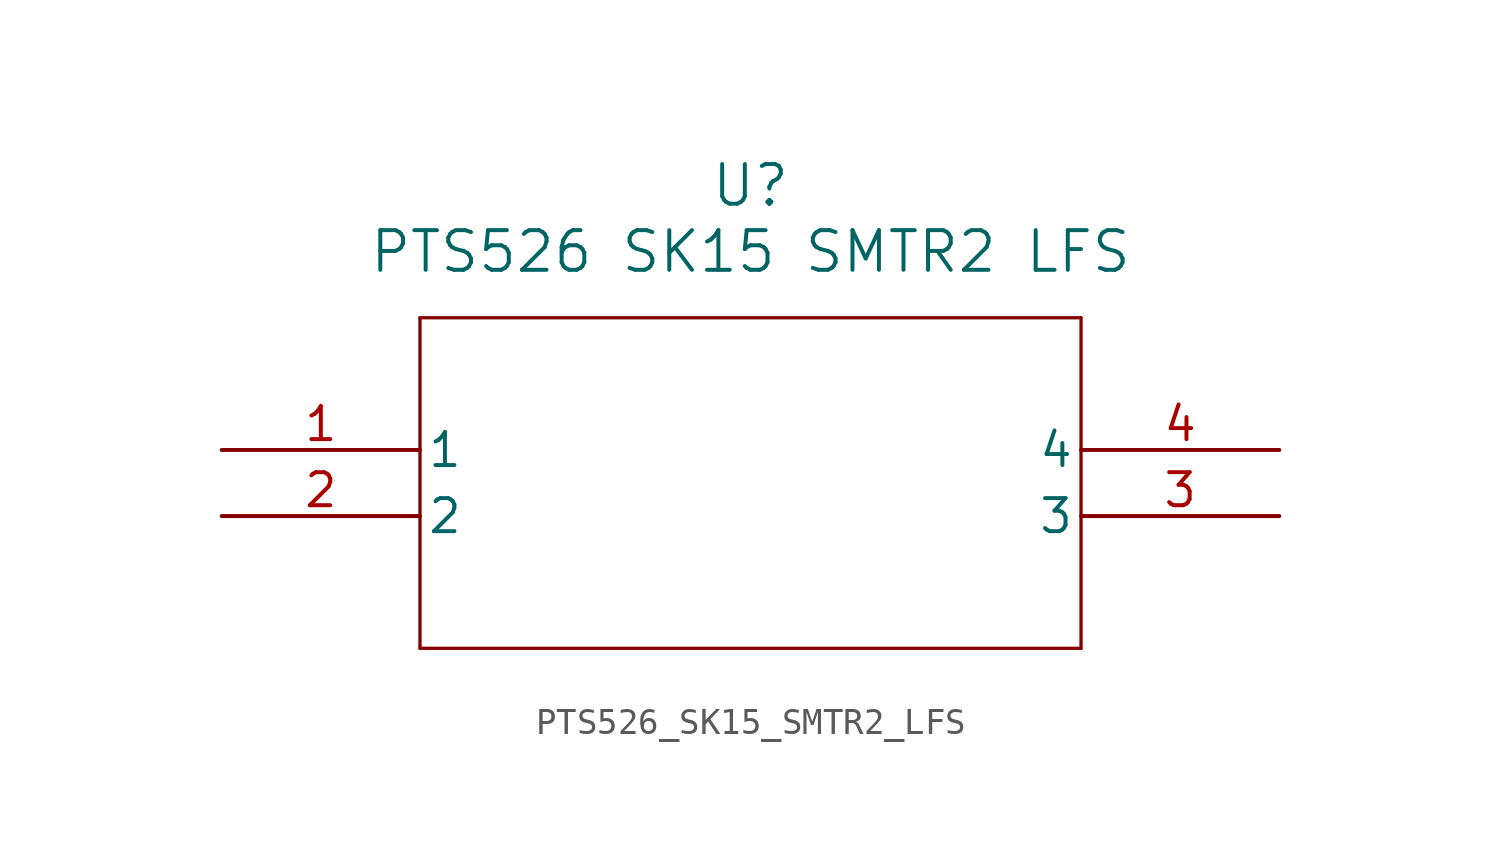
<source format=kicad_sym>
(kicad_symbol_lib
  (version 20231120)
  (generator "kicad_symbol_editor")
  (generator_version "8.0")
  (symbol "PTS526_SK15_SMTR2_LFS"
    (pin_names
      (offset 0.254))
    (property "Reference" "U"
      (at 20.32 10.16 0)
      (effects (font (size 1.524 1.524))))
    (property "Value" "PTS526 SK15 SMTR2 LFS"
      (at 20.32 7.62 0)
      (effects (font (size 1.524 1.524))))
    (property "ki_locked" ""
      (at 0 0 0)
      (effects (font (size 1.27 1.27))))
    (symbol "PTS526_SK15_SMTR2_LFS_0_1"
      (polyline (pts (xy 7.62 -7.62) (xy 33.02 -7.62)) (stroke (width 0.127) (type default)) (fill (type none)))
      (polyline (pts (xy 7.62 5.08) (xy 7.62 -7.62)) (stroke (width 0.127) (type default)) (fill (type none)))
      (polyline (pts (xy 33.02 -7.62) (xy 33.02 5.08)) (stroke (width 0.127) (type default)) (fill (type none)))
      (polyline (pts (xy 33.02 5.08) (xy 7.62 5.08)) (stroke (width 0.127) (type default)) (fill (type none)))
      (pin unspecified line (at 0 0 0) (length 7.62) (name "1" (effects (font (size 1.27 1.27)))) (number "1" (effects (font (size 1.27 1.27)))))
      (pin unspecified line (at 0 -2.54 0) (length 7.62) (name "2" (effects (font (size 1.27 1.27)))) (number "2" (effects (font (size 1.27 1.27)))))
      (pin unspecified line (at 40.64 -2.54 180) (length 7.62) (name "3" (effects (font (size 1.27 1.27)))) (number "3" (effects (font (size 1.27 1.27)))))
      (pin unspecified line (at 40.64 0 180) (length 7.62) (name "4" (effects (font (size 1.27 1.27)))) (number "4" (effects (font (size 1.27 1.27))))))))
</source>
